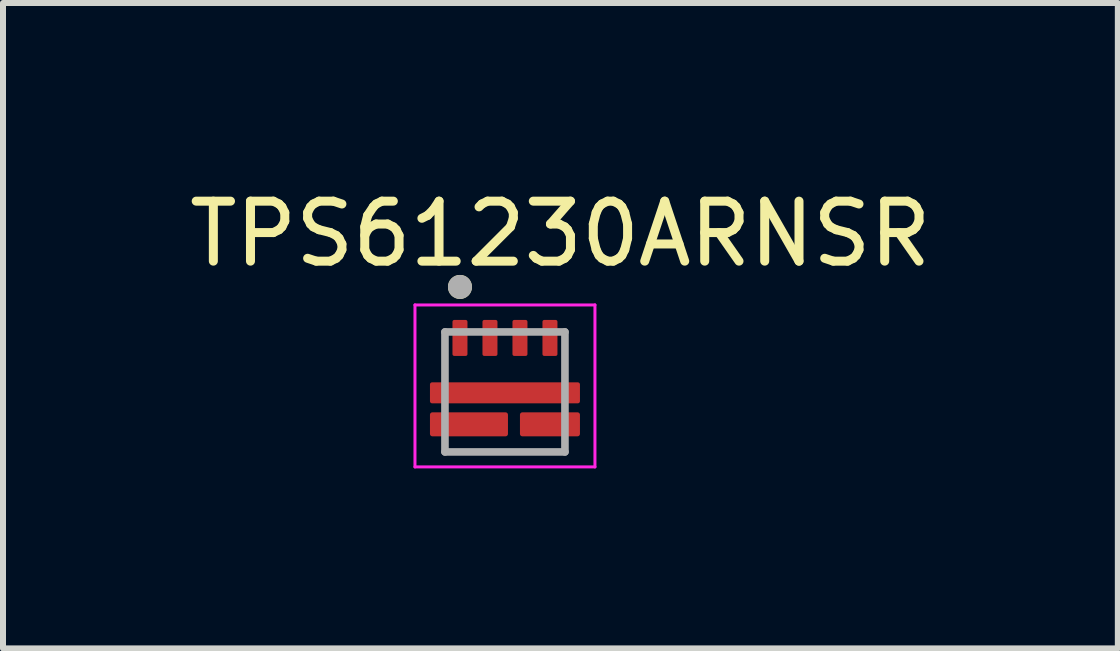
<source format=kicad_pcb>
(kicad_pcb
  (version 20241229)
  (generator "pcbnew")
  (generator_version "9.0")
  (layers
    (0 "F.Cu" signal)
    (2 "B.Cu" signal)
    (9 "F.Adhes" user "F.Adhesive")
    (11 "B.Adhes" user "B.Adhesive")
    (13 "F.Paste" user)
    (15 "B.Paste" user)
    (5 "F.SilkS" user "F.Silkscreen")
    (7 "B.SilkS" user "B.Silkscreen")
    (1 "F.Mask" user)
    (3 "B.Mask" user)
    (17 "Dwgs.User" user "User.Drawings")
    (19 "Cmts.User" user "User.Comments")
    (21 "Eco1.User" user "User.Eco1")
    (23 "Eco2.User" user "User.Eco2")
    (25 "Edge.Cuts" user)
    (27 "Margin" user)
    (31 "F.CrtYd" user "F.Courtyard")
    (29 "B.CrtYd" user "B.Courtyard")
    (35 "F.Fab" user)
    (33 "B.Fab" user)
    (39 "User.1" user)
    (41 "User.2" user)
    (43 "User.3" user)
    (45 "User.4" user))
  (footprint "TPS61230ARNSR"
    (layer "F.Cu")
    (at 5.367 3.483)
    (property "Reference" "TPS61230ARNSR" (at 0.925 -2.635 0) (layer "F.SilkS") (effects (font (size 1 1) (thickness 0.15))))
    (attr smd)
    (fp_poly (pts (xy -0.675 -0.55) (xy -0.825 -0.55) (xy -0.83 -0.55) (xy -0.835 -0.551) (xy -0.841 -0.551) (xy -0.846 -0.552) (xy -0.851 -0.553) (xy -0.856 -0.555) (xy -0.861 -0.557) (xy -0.866 -0.559) (xy -0.87 -0.561) (xy -0.875 -0.563) (xy -0.879 -0.566) (xy -0.884 -0.569) (xy -0.888 -0.572) (xy -0.892 -0.576) (xy -0.896 -0.579) (xy -0.899 -0.583) (xy -0.903 -0.587) (xy -0.906 -0.591) (xy -0.909 -0.596) (xy -0.912 -0.6) (xy -0.914 -0.605) (xy -0.916 -0.609) (xy -0.918 -0.614) (xy -0.92 -0.619) (xy -0.922 -0.624) (xy -0.923 -0.629) (xy -0.924 -0.634) (xy -0.924 -0.64) (xy -0.925 -0.645) (xy -0.925 -0.65) (xy -0.925 -1.15) (xy -0.925 -1.155) (xy -0.924 -1.16) (xy -0.924 -1.166) (xy -0.923 -1.171) (xy -0.922 -1.176) (xy -0.92 -1.181) (xy -0.918 -1.186) (xy -0.916 -1.191) (xy -0.914 -1.195) (xy -0.912 -1.2) (xy -0.909 -1.204) (xy -0.906 -1.209) (xy -0.903 -1.213) (xy -0.899 -1.217) (xy -0.896 -1.221) (xy -0.892 -1.224) (xy -0.888 -1.228) (xy -0.884 -1.231) (xy -0.879 -1.234) (xy -0.875 -1.237) (xy -0.87 -1.239) (xy -0.866 -1.241) (xy -0.861 -1.243) (xy -0.856 -1.245) (xy -0.851 -1.247) (xy -0.846 -1.248) (xy -0.841 -1.249) (xy -0.835 -1.249) (xy -0.83 -1.25) (xy -0.825 -1.25) (xy -0.675 -1.25) (xy -0.67 -1.25) (xy -0.665 -1.249) (xy -0.659 -1.249) (xy -0.654 -1.248) (xy -0.649 -1.247) (xy -0.644 -1.245) (xy -0.639 -1.243) (xy -0.634 -1.241) (xy -0.63 -1.239) (xy -0.625 -1.237) (xy -0.621 -1.234) (xy -0.616 -1.231) (xy -0.612 -1.228) (xy -0.608 -1.224) (xy -0.604 -1.221) (xy -0.601 -1.217) (xy -0.597 -1.213) (xy -0.594 -1.209) (xy -0.591 -1.204) (xy -0.588 -1.2) (xy -0.586 -1.195) (xy -0.584 -1.191) (xy -0.582 -1.186) (xy -0.58 -1.181) (xy -0.578 -1.176) (xy -0.577 -1.171) (xy -0.576 -1.166) (xy -0.576 -1.16) (xy -0.575 -1.155) (xy -0.575 -1.15) (xy -0.575 -0.65) (xy -0.575 -0.645) (xy -0.576 -0.64) (xy -0.576 -0.634) (xy -0.577 -0.629) (xy -0.578 -0.624) (xy -0.58 -0.619) (xy -0.582 -0.614) (xy -0.584 -0.609) (xy -0.586 -0.605) (xy -0.588 -0.6) (xy -0.591 -0.596) (xy -0.594 -0.591) (xy -0.597 -0.587) (xy -0.601 -0.583) (xy -0.604 -0.579) (xy -0.608 -0.576) (xy -0.612 -0.572) (xy -0.616 -0.569) (xy -0.621 -0.566) (xy -0.625 -0.563) (xy -0.63 -0.561) (xy -0.634 -0.559) (xy -0.639 -0.557) (xy -0.644 -0.555) (xy -0.649 -0.553) (xy -0.654 -0.552) (xy -0.659 -0.551) (xy -0.665 -0.551) (xy -0.67 -0.55) (xy -0.675 -0.55)) (stroke (width 0.01) (type solid)) (fill yes) (layer "F.Mask"))
    (fp_poly (pts (xy -0.175 -0.55) (xy -0.325 -0.55) (xy -0.33 -0.55) (xy -0.335 -0.551) (xy -0.341 -0.551) (xy -0.346 -0.552) (xy -0.351 -0.553) (xy -0.356 -0.555) (xy -0.361 -0.557) (xy -0.366 -0.559) (xy -0.37 -0.561) (xy -0.375 -0.563) (xy -0.379 -0.566) (xy -0.384 -0.569) (xy -0.388 -0.572) (xy -0.392 -0.576) (xy -0.396 -0.579) (xy -0.399 -0.583) (xy -0.403 -0.587) (xy -0.406 -0.591) (xy -0.409 -0.596) (xy -0.412 -0.6) (xy -0.414 -0.605) (xy -0.416 -0.609) (xy -0.418 -0.614) (xy -0.42 -0.619) (xy -0.422 -0.624) (xy -0.423 -0.629) (xy -0.424 -0.634) (xy -0.424 -0.64) (xy -0.425 -0.645) (xy -0.425 -0.65) (xy -0.425 -1.15) (xy -0.425 -1.155) (xy -0.424 -1.16) (xy -0.424 -1.166) (xy -0.423 -1.171) (xy -0.422 -1.176) (xy -0.42 -1.181) (xy -0.418 -1.186) (xy -0.416 -1.191) (xy -0.414 -1.195) (xy -0.412 -1.2) (xy -0.409 -1.204) (xy -0.406 -1.209) (xy -0.403 -1.213) (xy -0.399 -1.217) (xy -0.396 -1.221) (xy -0.392 -1.224) (xy -0.388 -1.228) (xy -0.384 -1.231) (xy -0.379 -1.234) (xy -0.375 -1.237) (xy -0.37 -1.239) (xy -0.366 -1.241) (xy -0.361 -1.243) (xy -0.356 -1.245) (xy -0.351 -1.247) (xy -0.346 -1.248) (xy -0.341 -1.249) (xy -0.335 -1.249) (xy -0.33 -1.25) (xy -0.325 -1.25) (xy -0.175 -1.25) (xy -0.17 -1.25) (xy -0.165 -1.249) (xy -0.159 -1.249) (xy -0.154 -1.248) (xy -0.149 -1.247) (xy -0.144 -1.245) (xy -0.139 -1.243) (xy -0.134 -1.241) (xy -0.13 -1.239) (xy -0.125 -1.237) (xy -0.121 -1.234) (xy -0.116 -1.231) (xy -0.112 -1.228) (xy -0.108 -1.224) (xy -0.104 -1.221) (xy -0.101 -1.217) (xy -0.097 -1.213) (xy -0.094 -1.209) (xy -0.091 -1.204) (xy -0.088 -1.2) (xy -0.086 -1.195) (xy -0.084 -1.191) (xy -0.082 -1.186) (xy -0.08 -1.181) (xy -0.078 -1.176) (xy -0.077 -1.171) (xy -0.076 -1.166) (xy -0.076 -1.16) (xy -0.075 -1.155) (xy -0.075 -1.15) (xy -0.075 -0.65) (xy -0.075 -0.645) (xy -0.076 -0.64) (xy -0.076 -0.634) (xy -0.077 -0.629) (xy -0.078 -0.624) (xy -0.08 -0.619) (xy -0.082 -0.614) (xy -0.084 -0.609) (xy -0.086 -0.605) (xy -0.088 -0.6) (xy -0.091 -0.596) (xy -0.094 -0.591) (xy -0.097 -0.587) (xy -0.101 -0.583) (xy -0.104 -0.579) (xy -0.108 -0.576) (xy -0.112 -0.572) (xy -0.116 -0.569) (xy -0.121 -0.566) (xy -0.125 -0.563) (xy -0.13 -0.561) (xy -0.134 -0.559) (xy -0.139 -0.557) (xy -0.144 -0.555) (xy -0.149 -0.553) (xy -0.154 -0.552) (xy -0.159 -0.551) (xy -0.165 -0.551) (xy -0.17 -0.55) (xy -0.175 -0.55)) (stroke (width 0.01) (type solid)) (fill yes) (layer "F.Mask"))
    (fp_poly (pts (xy -0.05 0.69) (xy -1.15 0.69) (xy -1.153 0.69) (xy -1.155 0.69) (xy -1.158 0.689) (xy -1.16 0.689) (xy -1.163 0.688) (xy -1.165 0.688) (xy -1.168 0.687) (xy -1.17 0.686) (xy -1.173 0.685) (xy -1.175 0.683) (xy -1.177 0.682) (xy -1.179 0.68) (xy -1.181 0.679) (xy -1.183 0.677) (xy -1.185 0.675) (xy -1.187 0.673) (xy -1.189 0.671) (xy -1.19 0.669) (xy -1.192 0.667) (xy -1.193 0.665) (xy -1.195 0.663) (xy -1.196 0.66) (xy -1.197 0.658) (xy -1.198 0.655) (xy -1.198 0.653) (xy -1.199 0.65) (xy -1.199 0.648) (xy -1.2 0.645) (xy -1.2 0.643) (xy -1.2 0.64) (xy -1.2 0.44) (xy -1.2 0.437) (xy -1.2 0.435) (xy -1.199 0.432) (xy -1.199 0.43) (xy -1.198 0.427) (xy -1.198 0.425) (xy -1.197 0.422) (xy -1.196 0.42) (xy -1.195 0.417) (xy -1.193 0.415) (xy -1.192 0.413) (xy -1.19 0.411) (xy -1.189 0.409) (xy -1.187 0.407) (xy -1.185 0.405) (xy -1.183 0.403) (xy -1.181 0.401) (xy -1.179 0.4) (xy -1.177 0.398) (xy -1.175 0.397) (xy -1.173 0.395) (xy -1.17 0.394) (xy -1.168 0.393) (xy -1.165 0.392) (xy -1.163 0.392) (xy -1.16 0.391) (xy -1.158 0.391) (xy -1.155 0.39) (xy -1.153 0.39) (xy -1.15 0.39) (xy -0.05 0.39) (xy -0.047 0.39) (xy -0.045 0.39) (xy -0.042 0.391) (xy -0.04 0.391) (xy -0.037 0.392) (xy -0.035 0.392) (xy -0.032 0.393) (xy -0.03 0.394) (xy -0.027 0.395) (xy -0.025 0.397) (xy -0.023 0.398) (xy -0.021 0.4) (xy -0.019 0.401) (xy -0.017 0.403) (xy -0.015 0.405) (xy -0.013 0.407) (xy -0.011 0.409) (xy -0.01 0.411) (xy -0.008 0.413) (xy -0.007 0.415) (xy -0.005 0.417) (xy -0.004 0.42) (xy -0.003 0.422) (xy -0.002 0.425) (xy -0.002 0.427) (xy -0.001 0.43) (xy -0.001 0.432) (xy 0 0.435) (xy 0 0.437) (xy 0 0.44) (xy 0 0.64) (xy 0 0.643) (xy 0 0.645) (xy -0.001 0.648) (xy -0.001 0.65) (xy -0.002 0.653) (xy -0.002 0.655) (xy -0.003 0.658) (xy -0.004 0.66) (xy -0.005 0.663) (xy -0.007 0.665) (xy -0.008 0.667) (xy -0.01 0.669) (xy -0.011 0.671) (xy -0.013 0.673) (xy -0.015 0.675) (xy -0.017 0.677) (xy -0.019 0.679) (xy -0.021 0.68) (xy -0.023 0.682) (xy -0.025 0.683) (xy -0.027 0.685) (xy -0.03 0.686) (xy -0.032 0.687) (xy -0.035 0.688) (xy -0.037 0.688) (xy -0.04 0.689) (xy -0.042 0.689) (xy -0.045 0.69) (xy -0.047 0.69) (xy -0.05 0.69)) (stroke (width 0.01) (type solid)) (fill yes) (layer "F.Mask"))
    (fp_poly (pts (xy 0.325 -0.55) (xy 0.175 -0.55) (xy 0.17 -0.55) (xy 0.165 -0.551) (xy 0.159 -0.551) (xy 0.154 -0.552) (xy 0.149 -0.553) (xy 0.144 -0.555) (xy 0.139 -0.557) (xy 0.134 -0.559) (xy 0.13 -0.561) (xy 0.125 -0.563) (xy 0.121 -0.566) (xy 0.116 -0.569) (xy 0.112 -0.572) (xy 0.108 -0.576) (xy 0.104 -0.579) (xy 0.101 -0.583) (xy 0.097 -0.587) (xy 0.094 -0.591) (xy 0.091 -0.596) (xy 0.088 -0.6) (xy 0.086 -0.605) (xy 0.084 -0.609) (xy 0.082 -0.614) (xy 0.08 -0.619) (xy 0.078 -0.624) (xy 0.077 -0.629) (xy 0.076 -0.634) (xy 0.076 -0.64) (xy 0.075 -0.645) (xy 0.075 -0.65) (xy 0.075 -1.15) (xy 0.075 -1.155) (xy 0.076 -1.16) (xy 0.076 -1.166) (xy 0.077 -1.171) (xy 0.078 -1.176) (xy 0.08 -1.181) (xy 0.082 -1.186) (xy 0.084 -1.191) (xy 0.086 -1.195) (xy 0.088 -1.2) (xy 0.091 -1.204) (xy 0.094 -1.209) (xy 0.097 -1.213) (xy 0.101 -1.217) (xy 0.104 -1.221) (xy 0.108 -1.224) (xy 0.112 -1.228) (xy 0.116 -1.231) (xy 0.121 -1.234) (xy 0.125 -1.237) (xy 0.13 -1.239) (xy 0.134 -1.241) (xy 0.139 -1.243) (xy 0.144 -1.245) (xy 0.149 -1.247) (xy 0.154 -1.248) (xy 0.159 -1.249) (xy 0.165 -1.249) (xy 0.17 -1.25) (xy 0.175 -1.25) (xy 0.325 -1.25) (xy 0.33 -1.25) (xy 0.335 -1.249) (xy 0.341 -1.249) (xy 0.346 -1.248) (xy 0.351 -1.247) (xy 0.356 -1.245) (xy 0.361 -1.243) (xy 0.366 -1.241) (xy 0.37 -1.239) (xy 0.375 -1.237) (xy 0.379 -1.234) (xy 0.384 -1.231) (xy 0.388 -1.228) (xy 0.392 -1.224) (xy 0.396 -1.221) (xy 0.399 -1.217) (xy 0.403 -1.213) (xy 0.406 -1.209) (xy 0.409 -1.204) (xy 0.412 -1.2) (xy 0.414 -1.195) (xy 0.416 -1.191) (xy 0.418 -1.186) (xy 0.42 -1.181) (xy 0.422 -1.176) (xy 0.423 -1.171) (xy 0.424 -1.166) (xy 0.424 -1.16) (xy 0.425 -1.155) (xy 0.425 -1.15) (xy 0.425 -0.65) (xy 0.425 -0.645) (xy 0.424 -0.64) (xy 0.424 -0.634) (xy 0.423 -0.629) (xy 0.422 -0.624) (xy 0.42 -0.619) (xy 0.418 -0.614) (xy 0.416 -0.609) (xy 0.414 -0.605) (xy 0.412 -0.6) (xy 0.409 -0.596) (xy 0.406 -0.591) (xy 0.403 -0.587) (xy 0.399 -0.583) (xy 0.396 -0.579) (xy 0.392 -0.576) (xy 0.388 -0.572) (xy 0.384 -0.569) (xy 0.379 -0.566) (xy 0.375 -0.563) (xy 0.37 -0.561) (xy 0.366 -0.559) (xy 0.361 -0.557) (xy 0.356 -0.555) (xy 0.351 -0.553) (xy 0.346 -0.552) (xy 0.341 -0.551) (xy 0.335 -0.551) (xy 0.33 -0.55) (xy 0.325 -0.55)) (stroke (width 0.01) (type solid)) (fill yes) (layer "F.Mask"))
    (fp_poly (pts (xy 0.825 -0.55) (xy 0.675 -0.55) (xy 0.67 -0.55) (xy 0.665 -0.551) (xy 0.659 -0.551) (xy 0.654 -0.552) (xy 0.649 -0.553) (xy 0.644 -0.555) (xy 0.639 -0.557) (xy 0.634 -0.559) (xy 0.63 -0.561) (xy 0.625 -0.563) (xy 0.621 -0.566) (xy 0.616 -0.569) (xy 0.612 -0.572) (xy 0.608 -0.576) (xy 0.604 -0.579) (xy 0.601 -0.583) (xy 0.597 -0.587) (xy 0.594 -0.591) (xy 0.591 -0.596) (xy 0.588 -0.6) (xy 0.586 -0.605) (xy 0.584 -0.609) (xy 0.582 -0.614) (xy 0.58 -0.619) (xy 0.578 -0.624) (xy 0.577 -0.629) (xy 0.576 -0.634) (xy 0.576 -0.64) (xy 0.575 -0.645) (xy 0.575 -0.65) (xy 0.575 -1.15) (xy 0.575 -1.155) (xy 0.576 -1.16) (xy 0.576 -1.166) (xy 0.577 -1.171) (xy 0.578 -1.176) (xy 0.58 -1.181) (xy 0.582 -1.186) (xy 0.584 -1.191) (xy 0.586 -1.195) (xy 0.588 -1.2) (xy 0.591 -1.204) (xy 0.594 -1.209) (xy 0.597 -1.213) (xy 0.601 -1.217) (xy 0.604 -1.221) (xy 0.608 -1.224) (xy 0.612 -1.228) (xy 0.616 -1.231) (xy 0.621 -1.234) (xy 0.625 -1.237) (xy 0.63 -1.239) (xy 0.634 -1.241) (xy 0.639 -1.243) (xy 0.644 -1.245) (xy 0.649 -1.247) (xy 0.654 -1.248) (xy 0.659 -1.249) (xy 0.665 -1.249) (xy 0.67 -1.25) (xy 0.675 -1.25) (xy 0.825 -1.25) (xy 0.83 -1.25) (xy 0.835 -1.249) (xy 0.841 -1.249) (xy 0.846 -1.248) (xy 0.851 -1.247) (xy 0.856 -1.245) (xy 0.861 -1.243) (xy 0.866 -1.241) (xy 0.87 -1.239) (xy 0.875 -1.237) (xy 0.879 -1.234) (xy 0.884 -1.231) (xy 0.888 -1.228) (xy 0.892 -1.224) (xy 0.896 -1.221) (xy 0.899 -1.217) (xy 0.903 -1.213) (xy 0.906 -1.209) (xy 0.909 -1.204) (xy 0.912 -1.2) (xy 0.914 -1.195) (xy 0.916 -1.191) (xy 0.918 -1.186) (xy 0.92 -1.181) (xy 0.922 -1.176) (xy 0.923 -1.171) (xy 0.924 -1.166) (xy 0.924 -1.16) (xy 0.925 -1.155) (xy 0.925 -1.15) (xy 0.925 -0.65) (xy 0.925 -0.645) (xy 0.924 -0.64) (xy 0.924 -0.634) (xy 0.923 -0.629) (xy 0.922 -0.624) (xy 0.92 -0.619) (xy 0.918 -0.614) (xy 0.916 -0.609) (xy 0.914 -0.605) (xy 0.912 -0.6) (xy 0.909 -0.596) (xy 0.906 -0.591) (xy 0.903 -0.587) (xy 0.899 -0.583) (xy 0.896 -0.579) (xy 0.892 -0.576) (xy 0.888 -0.572) (xy 0.884 -0.569) (xy 0.879 -0.566) (xy 0.875 -0.563) (xy 0.87 -0.561) (xy 0.866 -0.559) (xy 0.861 -0.557) (xy 0.856 -0.555) (xy 0.851 -0.553) (xy 0.846 -0.552) (xy 0.841 -0.551) (xy 0.835 -0.551) (xy 0.83 -0.55) (xy 0.825 -0.55)) (stroke (width 0.01) (type solid)) (fill yes) (layer "F.Mask"))
    (fp_poly (pts (xy 1.2 -0.06) (xy 1.2 0.09) (xy 1.2 0.093) (xy 1.2 0.095) (xy 1.199 0.098) (xy 1.199 0.1) (xy 1.198 0.103) (xy 1.198 0.105) (xy 1.197 0.108) (xy 1.196 0.11) (xy 1.195 0.113) (xy 1.193 0.115) (xy 1.192 0.117) (xy 1.19 0.119) (xy 1.189 0.121) (xy 1.187 0.123) (xy 1.185 0.125) (xy 1.183 0.127) (xy 1.181 0.129) (xy 1.179 0.13) (xy 1.177 0.132) (xy 1.175 0.133) (xy 1.173 0.135) (xy 1.17 0.136) (xy 1.168 0.137) (xy 1.165 0.138) (xy 1.163 0.138) (xy 1.16 0.139) (xy 1.158 0.139) (xy 1.155 0.14) (xy 1.153 0.14) (xy 1.15 0.14) (xy -1.15 0.14) (xy -1.153 0.14) (xy -1.155 0.14) (xy -1.158 0.139) (xy -1.16 0.139) (xy -1.163 0.138) (xy -1.165 0.138) (xy -1.168 0.137) (xy -1.17 0.136) (xy -1.173 0.135) (xy -1.175 0.133) (xy -1.177 0.132) (xy -1.179 0.13) (xy -1.181 0.129) (xy -1.183 0.127) (xy -1.185 0.125) (xy -1.187 0.123) (xy -1.189 0.121) (xy -1.19 0.119) (xy -1.192 0.117) (xy -1.193 0.115) (xy -1.195 0.113) (xy -1.196 0.11) (xy -1.197 0.108) (xy -1.198 0.105) (xy -1.198 0.103) (xy -1.199 0.1) (xy -1.199 0.098) (xy -1.2 0.095) (xy -1.2 0.093) (xy -1.2 0.09) (xy -1.2 -0.06) (xy -1.2 -0.063) (xy -1.2 -0.065) (xy -1.199 -0.068) (xy -1.199 -0.07) (xy -1.198 -0.073) (xy -1.198 -0.075) (xy -1.197 -0.078) (xy -1.196 -0.08) (xy -1.195 -0.083) (xy -1.193 -0.085) (xy -1.192 -0.087) (xy -1.19 -0.089) (xy -1.189 -0.091) (xy -1.187 -0.093) (xy -1.185 -0.095) (xy -1.183 -0.097) (xy -1.181 -0.099) (xy -1.179 -0.1) (xy -1.177 -0.102) (xy -1.175 -0.103) (xy -1.173 -0.105) (xy -1.17 -0.106) (xy -1.168 -0.107) (xy -1.165 -0.108) (xy -1.163 -0.108) (xy -1.16 -0.109) (xy -1.158 -0.109) (xy -1.155 -0.11) (xy -1.153 -0.11) (xy -1.15 -0.11) (xy 1.15 -0.11) (xy 1.153 -0.11) (xy 1.155 -0.11) (xy 1.158 -0.109) (xy 1.16 -0.109) (xy 1.163 -0.108) (xy 1.165 -0.108) (xy 1.168 -0.107) (xy 1.17 -0.106) (xy 1.173 -0.105) (xy 1.175 -0.103) (xy 1.177 -0.102) (xy 1.179 -0.1) (xy 1.181 -0.099) (xy 1.183 -0.097) (xy 1.185 -0.095) (xy 1.187 -0.093) (xy 1.189 -0.091) (xy 1.19 -0.089) (xy 1.192 -0.087) (xy 1.193 -0.085) (xy 1.195 -0.083) (xy 1.196 -0.08) (xy 1.197 -0.078) (xy 1.198 -0.075) (xy 1.198 -0.073) (xy 1.199 -0.07) (xy 1.199 -0.068) (xy 1.2 -0.065) (xy 1.2 -0.063) (xy 1.2 -0.06)) (stroke (width 0.01) (type solid)) (fill yes) (layer "F.Mask"))
    (fp_poly (pts (xy 1.2 0.44) (xy 1.2 0.64) (xy 1.2 0.643) (xy 1.2 0.645) (xy 1.199 0.648) (xy 1.199 0.65) (xy 1.198 0.653) (xy 1.198 0.655) (xy 1.197 0.658) (xy 1.196 0.66) (xy 1.195 0.663) (xy 1.193 0.665) (xy 1.192 0.667) (xy 1.19 0.669) (xy 1.189 0.671) (xy 1.187 0.673) (xy 1.185 0.675) (xy 1.183 0.677) (xy 1.181 0.679) (xy 1.179 0.68) (xy 1.177 0.682) (xy 1.175 0.683) (xy 1.173 0.685) (xy 1.17 0.686) (xy 1.168 0.687) (xy 1.165 0.688) (xy 1.163 0.688) (xy 1.16 0.689) (xy 1.158 0.689) (xy 1.155 0.69) (xy 1.153 0.69) (xy 1.15 0.69) (xy 0.35 0.69) (xy 0.347 0.69) (xy 0.345 0.69) (xy 0.342 0.689) (xy 0.34 0.689) (xy 0.337 0.688) (xy 0.335 0.688) (xy 0.332 0.687) (xy 0.33 0.686) (xy 0.327 0.685) (xy 0.325 0.683) (xy 0.323 0.682) (xy 0.321 0.68) (xy 0.319 0.679) (xy 0.317 0.677) (xy 0.315 0.675) (xy 0.313 0.673) (xy 0.311 0.671) (xy 0.31 0.669) (xy 0.308 0.667) (xy 0.307 0.665) (xy 0.305 0.663) (xy 0.304 0.66) (xy 0.303 0.658) (xy 0.302 0.655) (xy 0.302 0.653) (xy 0.301 0.65) (xy 0.301 0.648) (xy 0.3 0.645) (xy 0.3 0.643) (xy 0.3 0.64) (xy 0.3 0.44) (xy 0.3 0.437) (xy 0.3 0.435) (xy 0.301 0.432) (xy 0.301 0.43) (xy 0.302 0.427) (xy 0.302 0.425) (xy 0.303 0.422) (xy 0.304 0.42) (xy 0.305 0.417) (xy 0.307 0.415) (xy 0.308 0.413) (xy 0.31 0.411) (xy 0.311 0.409) (xy 0.313 0.407) (xy 0.315 0.405) (xy 0.317 0.403) (xy 0.319 0.401) (xy 0.321 0.4) (xy 0.323 0.398) (xy 0.325 0.397) (xy 0.327 0.395) (xy 0.33 0.394) (xy 0.332 0.393) (xy 0.335 0.392) (xy 0.337 0.392) (xy 0.34 0.391) (xy 0.342 0.391) (xy 0.345 0.39) (xy 0.347 0.39) (xy 0.35 0.39) (xy 1.15 0.39) (xy 1.153 0.39) (xy 1.155 0.39) (xy 1.158 0.391) (xy 1.16 0.391) (xy 1.163 0.392) (xy 1.165 0.392) (xy 1.168 0.393) (xy 1.17 0.394) (xy 1.173 0.395) (xy 1.175 0.397) (xy 1.177 0.398) (xy 1.179 0.4) (xy 1.181 0.401) (xy 1.183 0.403) (xy 1.185 0.405) (xy 1.187 0.407) (xy 1.189 0.409) (xy 1.19 0.411) (xy 1.192 0.413) (xy 1.193 0.415) (xy 1.195 0.417) (xy 1.196 0.42) (xy 1.197 0.422) (xy 1.198 0.425) (xy 1.198 0.427) (xy 1.199 0.43) (xy 1.199 0.432) (xy 1.2 0.435) (xy 1.2 0.437) (xy 1.2 0.44)) (stroke (width 0.01) (type solid)) (fill yes) (layer "F.Mask"))
    (fp_circle (center -0.75 -1.75) (end -0.65 -1.75) (stroke (width 0.2) (type solid)) (fill no) (layer "F.SilkS"))
    (fp_poly (pts (xy -0.53 -0.06) (xy -0.53 0.09) (xy -0.53 0.093) (xy -0.53 0.095) (xy -0.531 0.098) (xy -0.531 0.1) (xy -0.532 0.103) (xy -0.532 0.105) (xy -0.533 0.108) (xy -0.534 0.11) (xy -0.535 0.113) (xy -0.537 0.115) (xy -0.538 0.117) (xy -0.54 0.119) (xy -0.541 0.121) (xy -0.543 0.123) (xy -0.545 0.125) (xy -0.547 0.127) (xy -0.549 0.129) (xy -0.551 0.13) (xy -0.553 0.132) (xy -0.555 0.133) (xy -0.557 0.135) (xy -0.56 0.136) (xy -0.562 0.137) (xy -0.565 0.138) (xy -0.567 0.138) (xy -0.57 0.139) (xy -0.572 0.139) (xy -0.575 0.14) (xy -0.577 0.14) (xy -0.58 0.14) (xy -1.14 0.14) (xy -1.143 0.14) (xy -1.145 0.14) (xy -1.148 0.139) (xy -1.15 0.139) (xy -1.153 0.138) (xy -1.155 0.138) (xy -1.158 0.137) (xy -1.16 0.136) (xy -1.163 0.135) (xy -1.165 0.133) (xy -1.167 0.132) (xy -1.169 0.13) (xy -1.171 0.129) (xy -1.173 0.127) (xy -1.175 0.125) (xy -1.177 0.123) (xy -1.179 0.121) (xy -1.18 0.119) (xy -1.182 0.117) (xy -1.183 0.115) (xy -1.185 0.113) (xy -1.186 0.11) (xy -1.187 0.108) (xy -1.188 0.105) (xy -1.188 0.103) (xy -1.189 0.1) (xy -1.189 0.098) (xy -1.19 0.095) (xy -1.19 0.093) (xy -1.19 0.09) (xy -1.19 -0.06) (xy -1.19 -0.063) (xy -1.19 -0.065) (xy -1.189 -0.068) (xy -1.189 -0.07) (xy -1.188 -0.073) (xy -1.188 -0.075) (xy -1.187 -0.078) (xy -1.186 -0.08) (xy -1.185 -0.083) (xy -1.183 -0.085) (xy -1.182 -0.087) (xy -1.18 -0.089) (xy -1.179 -0.091) (xy -1.177 -0.093) (xy -1.175 -0.095) (xy -1.173 -0.097) (xy -1.171 -0.099) (xy -1.169 -0.1) (xy -1.167 -0.102) (xy -1.165 -0.103) (xy -1.163 -0.105) (xy -1.16 -0.106) (xy -1.158 -0.107) (xy -1.155 -0.108) (xy -1.153 -0.108) (xy -1.15 -0.109) (xy -1.148 -0.109) (xy -1.145 -0.11) (xy -1.143 -0.11) (xy -1.14 -0.11) (xy -0.58 -0.11) (xy -0.577 -0.11) (xy -0.575 -0.11) (xy -0.572 -0.109) (xy -0.57 -0.109) (xy -0.567 -0.108) (xy -0.565 -0.108) (xy -0.562 -0.107) (xy -0.56 -0.106) (xy -0.557 -0.105) (xy -0.555 -0.103) (xy -0.553 -0.102) (xy -0.551 -0.1) (xy -0.549 -0.099) (xy -0.547 -0.097) (xy -0.545 -0.095) (xy -0.543 -0.093) (xy -0.541 -0.091) (xy -0.54 -0.089) (xy -0.538 -0.087) (xy -0.537 -0.085) (xy -0.535 -0.083) (xy -0.534 -0.08) (xy -0.533 -0.078) (xy -0.532 -0.075) (xy -0.532 -0.073) (xy -0.531 -0.07) (xy -0.531 -0.068) (xy -0.53 -0.065) (xy -0.53 -0.063) (xy -0.53 -0.06)) (stroke (width 0.01) (type solid)) (fill yes) (layer "F.Paste"))
    (fp_poly (pts (xy -0.05 0.69) (xy -0.475 0.69) (xy -0.478 0.69) (xy -0.48 0.69) (xy -0.483 0.689) (xy -0.485 0.689) (xy -0.488 0.688) (xy -0.49 0.688) (xy -0.493 0.687) (xy -0.495 0.686) (xy -0.498 0.685) (xy -0.5 0.683) (xy -0.502 0.682) (xy -0.504 0.68) (xy -0.506 0.679) (xy -0.508 0.677) (xy -0.51 0.675) (xy -0.512 0.673) (xy -0.514 0.671) (xy -0.515 0.669) (xy -0.517 0.667) (xy -0.518 0.665) (xy -0.52 0.663) (xy -0.521 0.66) (xy -0.522 0.658) (xy -0.523 0.655) (xy -0.523 0.653) (xy -0.524 0.65) (xy -0.524 0.648) (xy -0.525 0.645) (xy -0.525 0.643) (xy -0.525 0.64) (xy -0.525 0.44) (xy -0.525 0.437) (xy -0.525 0.435) (xy -0.524 0.432) (xy -0.524 0.43) (xy -0.523 0.427) (xy -0.523 0.425) (xy -0.522 0.422) (xy -0.521 0.42) (xy -0.52 0.417) (xy -0.518 0.415) (xy -0.517 0.413) (xy -0.515 0.411) (xy -0.514 0.409) (xy -0.512 0.407) (xy -0.51 0.405) (xy -0.508 0.403) (xy -0.506 0.401) (xy -0.504 0.4) (xy -0.502 0.398) (xy -0.5 0.397) (xy -0.498 0.395) (xy -0.495 0.394) (xy -0.493 0.393) (xy -0.49 0.392) (xy -0.488 0.392) (xy -0.485 0.391) (xy -0.483 0.391) (xy -0.48 0.39) (xy -0.478 0.39) (xy -0.475 0.39) (xy -0.05 0.39) (xy -0.047 0.39) (xy -0.045 0.39) (xy -0.042 0.391) (xy -0.04 0.391) (xy -0.037 0.392) (xy -0.035 0.392) (xy -0.032 0.393) (xy -0.03 0.394) (xy -0.027 0.395) (xy -0.025 0.397) (xy -0.023 0.398) (xy -0.021 0.4) (xy -0.019 0.401) (xy -0.017 0.403) (xy -0.015 0.405) (xy -0.013 0.407) (xy -0.011 0.409) (xy -0.01 0.411) (xy -0.008 0.413) (xy -0.007 0.415) (xy -0.005 0.417) (xy -0.004 0.42) (xy -0.003 0.422) (xy -0.002 0.425) (xy -0.002 0.427) (xy -0.001 0.43) (xy -0.001 0.432) (xy 0 0.435) (xy 0 0.437) (xy 0 0.44) (xy 0 0.64) (xy 0 0.643) (xy 0 0.645) (xy -0.001 0.648) (xy -0.001 0.65) (xy -0.002 0.653) (xy -0.002 0.655) (xy -0.003 0.658) (xy -0.004 0.66) (xy -0.005 0.663) (xy -0.007 0.665) (xy -0.008 0.667) (xy -0.01 0.669) (xy -0.011 0.671) (xy -0.013 0.673) (xy -0.015 0.675) (xy -0.017 0.677) (xy -0.019 0.679) (xy -0.021 0.68) (xy -0.023 0.682) (xy -0.025 0.683) (xy -0.027 0.685) (xy -0.03 0.686) (xy -0.032 0.687) (xy -0.035 0.688) (xy -0.037 0.688) (xy -0.04 0.689) (xy -0.042 0.689) (xy -0.045 0.69) (xy -0.047 0.69) (xy -0.05 0.69)) (stroke (width 0.01) (type solid)) (fill yes) (layer "F.Paste"))
    (fp_poly (pts (xy 0.33 -0.06) (xy 0.33 0.09) (xy 0.33 0.093) (xy 0.33 0.095) (xy 0.329 0.098) (xy 0.329 0.1) (xy 0.328 0.103) (xy 0.328 0.105) (xy 0.327 0.108) (xy 0.326 0.11) (xy 0.325 0.113) (xy 0.323 0.115) (xy 0.322 0.117) (xy 0.32 0.119) (xy 0.319 0.121) (xy 0.317 0.123) (xy 0.315 0.125) (xy 0.313 0.127) (xy 0.311 0.129) (xy 0.309 0.13) (xy 0.307 0.132) (xy 0.305 0.133) (xy 0.303 0.135) (xy 0.3 0.136) (xy 0.298 0.137) (xy 0.295 0.138) (xy 0.293 0.138) (xy 0.29 0.139) (xy 0.288 0.139) (xy 0.285 0.14) (xy 0.283 0.14) (xy 0.28 0.14) (xy -0.28 0.14) (xy -0.283 0.14) (xy -0.285 0.14) (xy -0.288 0.139) (xy -0.29 0.139) (xy -0.293 0.138) (xy -0.295 0.138) (xy -0.298 0.137) (xy -0.3 0.136) (xy -0.303 0.135) (xy -0.305 0.133) (xy -0.307 0.132) (xy -0.309 0.13) (xy -0.311 0.129) (xy -0.313 0.127) (xy -0.315 0.125) (xy -0.317 0.123) (xy -0.319 0.121) (xy -0.32 0.119) (xy -0.322 0.117) (xy -0.323 0.115) (xy -0.325 0.113) (xy -0.326 0.11) (xy -0.327 0.108) (xy -0.328 0.105) (xy -0.328 0.103) (xy -0.329 0.1) (xy -0.329 0.098) (xy -0.33 0.095) (xy -0.33 0.093) (xy -0.33 0.09) (xy -0.33 -0.06) (xy -0.33 -0.063) (xy -0.33 -0.065) (xy -0.329 -0.068) (xy -0.329 -0.07) (xy -0.328 -0.073) (xy -0.328 -0.075) (xy -0.327 -0.078) (xy -0.326 -0.08) (xy -0.325 -0.083) (xy -0.323 -0.085) (xy -0.322 -0.087) (xy -0.32 -0.089) (xy -0.319 -0.091) (xy -0.317 -0.093) (xy -0.315 -0.095) (xy -0.313 -0.097) (xy -0.311 -0.099) (xy -0.309 -0.1) (xy -0.307 -0.102) (xy -0.305 -0.103) (xy -0.303 -0.105) (xy -0.3 -0.106) (xy -0.298 -0.107) (xy -0.295 -0.108) (xy -0.293 -0.108) (xy -0.29 -0.109) (xy -0.288 -0.109) (xy -0.285 -0.11) (xy -0.283 -0.11) (xy -0.28 -0.11) (xy 0.28 -0.11) (xy 0.283 -0.11) (xy 0.285 -0.11) (xy 0.288 -0.109) (xy 0.29 -0.109) (xy 0.293 -0.108) (xy 0.295 -0.108) (xy 0.298 -0.107) (xy 0.3 -0.106) (xy 0.303 -0.105) (xy 0.305 -0.103) (xy 0.307 -0.102) (xy 0.309 -0.1) (xy 0.311 -0.099) (xy 0.313 -0.097) (xy 0.315 -0.095) (xy 0.317 -0.093) (xy 0.319 -0.091) (xy 0.32 -0.089) (xy 0.322 -0.087) (xy 0.323 -0.085) (xy 0.325 -0.083) (xy 0.326 -0.08) (xy 0.327 -0.078) (xy 0.328 -0.075) (xy 0.328 -0.073) (xy 0.329 -0.07) (xy 0.329 -0.068) (xy 0.33 -0.065) (xy 0.33 -0.063) (xy 0.33 -0.06)) (stroke (width 0.01) (type solid)) (fill yes) (layer "F.Paste"))
    (fp_poly (pts (xy 0.45 0.39) (xy 1.15 0.39) (xy 1.153 0.39) (xy 1.155 0.39) (xy 1.158 0.391) (xy 1.16 0.391) (xy 1.163 0.392) (xy 1.165 0.392) (xy 1.168 0.393) (xy 1.17 0.394) (xy 1.173 0.395) (xy 1.175 0.397) (xy 1.177 0.398) (xy 1.179 0.4) (xy 1.181 0.401) (xy 1.183 0.403) (xy 1.185 0.405) (xy 1.187 0.407) (xy 1.189 0.409) (xy 1.19 0.411) (xy 1.192 0.413) (xy 1.193 0.415) (xy 1.195 0.417) (xy 1.196 0.42) (xy 1.197 0.422) (xy 1.198 0.425) (xy 1.198 0.427) (xy 1.199 0.43) (xy 1.199 0.432) (xy 1.2 0.435) (xy 1.2 0.437) (xy 1.2 0.44) (xy 1.2 0.64) (xy 1.2 0.643) (xy 1.2 0.645) (xy 1.199 0.648) (xy 1.199 0.65) (xy 1.198 0.653) (xy 1.198 0.655) (xy 1.197 0.658) (xy 1.196 0.66) (xy 1.195 0.663) (xy 1.193 0.665) (xy 1.192 0.667) (xy 1.19 0.669) (xy 1.189 0.671) (xy 1.187 0.673) (xy 1.185 0.675) (xy 1.183 0.677) (xy 1.181 0.679) (xy 1.179 0.68) (xy 1.177 0.682) (xy 1.175 0.683) (xy 1.173 0.685) (xy 1.17 0.686) (xy 1.168 0.687) (xy 1.165 0.688) (xy 1.163 0.688) (xy 1.16 0.689) (xy 1.158 0.689) (xy 1.155 0.69) (xy 1.153 0.69) (xy 1.15 0.69) (xy 0.45 0.69) (xy 0.447 0.69) (xy 0.445 0.69) (xy 0.442 0.689) (xy 0.44 0.689) (xy 0.437 0.688) (xy 0.435 0.688) (xy 0.432 0.687) (xy 0.43 0.686) (xy 0.427 0.685) (xy 0.425 0.683) (xy 0.423 0.682) (xy 0.421 0.68) (xy 0.419 0.679) (xy 0.417 0.677) (xy 0.415 0.675) (xy 0.413 0.673) (xy 0.411 0.671) (xy 0.41 0.669) (xy 0.408 0.667) (xy 0.407 0.665) (xy 0.405 0.663) (xy 0.404 0.66) (xy 0.403 0.658) (xy 0.402 0.655) (xy 0.402 0.653) (xy 0.401 0.65) (xy 0.401 0.648) (xy 0.4 0.645) (xy 0.4 0.643) (xy 0.4 0.64) (xy 0.4 0.44) (xy 0.4 0.437) (xy 0.4 0.435) (xy 0.401 0.432) (xy 0.401 0.43) (xy 0.402 0.427) (xy 0.402 0.425) (xy 0.403 0.422) (xy 0.404 0.42) (xy 0.405 0.417) (xy 0.407 0.415) (xy 0.408 0.413) (xy 0.41 0.411) (xy 0.411 0.409) (xy 0.413 0.407) (xy 0.415 0.405) (xy 0.417 0.403) (xy 0.419 0.401) (xy 0.421 0.4) (xy 0.423 0.398) (xy 0.425 0.397) (xy 0.427 0.395) (xy 0.43 0.394) (xy 0.432 0.393) (xy 0.435 0.392) (xy 0.437 0.392) (xy 0.44 0.391) (xy 0.442 0.391) (xy 0.445 0.39) (xy 0.447 0.39) (xy 0.45 0.39)) (stroke (width 0.01) (type solid)) (fill yes) (layer "F.Paste"))
    (fp_poly (pts (xy 1.19 -0.06) (xy 1.19 0.09) (xy 1.19 0.093) (xy 1.19 0.095) (xy 1.189 0.098) (xy 1.189 0.1) (xy 1.188 0.103) (xy 1.188 0.105) (xy 1.187 0.108) (xy 1.186 0.11) (xy 1.185 0.113) (xy 1.183 0.115) (xy 1.182 0.117) (xy 1.18 0.119) (xy 1.179 0.121) (xy 1.177 0.123) (xy 1.175 0.125) (xy 1.173 0.127) (xy 1.171 0.129) (xy 1.169 0.13) (xy 1.167 0.132) (xy 1.165 0.133) (xy 1.163 0.135) (xy 1.16 0.136) (xy 1.158 0.137) (xy 1.155 0.138) (xy 1.153 0.138) (xy 1.15 0.139) (xy 1.148 0.139) (xy 1.145 0.14) (xy 1.143 0.14) (xy 1.14 0.14) (xy 0.58 0.14) (xy 0.577 0.14) (xy 0.575 0.14) (xy 0.572 0.139) (xy 0.57 0.139) (xy 0.567 0.138) (xy 0.565 0.138) (xy 0.562 0.137) (xy 0.56 0.136) (xy 0.557 0.135) (xy 0.555 0.133) (xy 0.553 0.132) (xy 0.551 0.13) (xy 0.549 0.129) (xy 0.547 0.127) (xy 0.545 0.125) (xy 0.543 0.123) (xy 0.541 0.121) (xy 0.54 0.119) (xy 0.538 0.117) (xy 0.537 0.115) (xy 0.535 0.113) (xy 0.534 0.11) (xy 0.533 0.108) (xy 0.532 0.105) (xy 0.532 0.103) (xy 0.531 0.1) (xy 0.531 0.098) (xy 0.53 0.095) (xy 0.53 0.093) (xy 0.53 0.09) (xy 0.53 -0.06) (xy 0.53 -0.063) (xy 0.53 -0.065) (xy 0.531 -0.068) (xy 0.531 -0.07) (xy 0.532 -0.073) (xy 0.532 -0.075) (xy 0.533 -0.078) (xy 0.534 -0.08) (xy 0.535 -0.083) (xy 0.537 -0.085) (xy 0.538 -0.087) (xy 0.54 -0.089) (xy 0.541 -0.091) (xy 0.543 -0.093) (xy 0.545 -0.095) (xy 0.547 -0.097) (xy 0.549 -0.099) (xy 0.551 -0.1) (xy 0.553 -0.102) (xy 0.555 -0.103) (xy 0.557 -0.105) (xy 0.56 -0.106) (xy 0.562 -0.107) (xy 0.565 -0.108) (xy 0.567 -0.108) (xy 0.57 -0.109) (xy 0.572 -0.109) (xy 0.575 -0.11) (xy 0.577 -0.11) (xy 0.58 -0.11) (xy 1.14 -0.11) (xy 1.143 -0.11) (xy 1.145 -0.11) (xy 1.148 -0.109) (xy 1.15 -0.109) (xy 1.153 -0.108) (xy 1.155 -0.108) (xy 1.158 -0.107) (xy 1.16 -0.106) (xy 1.163 -0.105) (xy 1.165 -0.103) (xy 1.167 -0.102) (xy 1.169 -0.1) (xy 1.171 -0.099) (xy 1.173 -0.097) (xy 1.175 -0.095) (xy 1.177 -0.093) (xy 1.179 -0.091) (xy 1.18 -0.089) (xy 1.182 -0.087) (xy 1.183 -0.085) (xy 1.185 -0.083) (xy 1.186 -0.08) (xy 1.187 -0.078) (xy 1.188 -0.075) (xy 1.188 -0.073) (xy 1.189 -0.07) (xy 1.189 -0.068) (xy 1.19 -0.065) (xy 1.19 -0.063) (xy 1.19 -0.06)) (stroke (width 0.01) (type solid)) (fill yes) (layer "F.Paste"))
    (fp_poly (pts (xy -0.726 0.69) (xy -1.151 0.69) (xy -1.153 0.69) (xy -1.156 0.69) (xy -1.158 0.689) (xy -1.161 0.689) (xy -1.163 0.688) (xy -1.166 0.688) (xy -1.168 0.687) (xy -1.171 0.686) (xy -1.173 0.685) (xy -1.175 0.683) (xy -1.178 0.682) (xy -1.18 0.68) (xy -1.182 0.679) (xy -1.184 0.677) (xy -1.186 0.675) (xy -1.188 0.673) (xy -1.189 0.671) (xy -1.191 0.669) (xy -1.192 0.667) (xy -1.194 0.665) (xy -1.195 0.663) (xy -1.196 0.66) (xy -1.197 0.658) (xy -1.198 0.655) (xy -1.199 0.653) (xy -1.199 0.65) (xy -1.2 0.648) (xy -1.2 0.645) (xy -1.2 0.643) (xy -1.2 0.64) (xy -1.2 0.44) (xy -1.2 0.437) (xy -1.2 0.435) (xy -1.2 0.432) (xy -1.199 0.43) (xy -1.199 0.427) (xy -1.198 0.425) (xy -1.197 0.422) (xy -1.196 0.42) (xy -1.195 0.417) (xy -1.194 0.415) (xy -1.192 0.413) (xy -1.191 0.411) (xy -1.189 0.409) (xy -1.188 0.407) (xy -1.186 0.405) (xy -1.184 0.403) (xy -1.182 0.401) (xy -1.18 0.4) (xy -1.178 0.398) (xy -1.175 0.397) (xy -1.173 0.395) (xy -1.171 0.394) (xy -1.168 0.393) (xy -1.166 0.392) (xy -1.163 0.392) (xy -1.161 0.391) (xy -1.158 0.391) (xy -1.156 0.39) (xy -1.153 0.39) (xy -1.151 0.39) (xy -0.726 0.39) (xy -0.723 0.39) (xy -0.72 0.39) (xy -0.718 0.391) (xy -0.715 0.391) (xy -0.713 0.392) (xy -0.71 0.392) (xy -0.708 0.393) (xy -0.705 0.394) (xy -0.703 0.395) (xy -0.701 0.397) (xy -0.698 0.398) (xy -0.696 0.4) (xy -0.694 0.401) (xy -0.692 0.403) (xy -0.69 0.405) (xy -0.688 0.407) (xy -0.687 0.409) (xy -0.685 0.411) (xy -0.684 0.413) (xy -0.682 0.415) (xy -0.681 0.417) (xy -0.68 0.42) (xy -0.679 0.422) (xy -0.678 0.425) (xy -0.677 0.427) (xy -0.677 0.43) (xy -0.676 0.432) (xy -0.676 0.435) (xy -0.676 0.437) (xy -0.675 0.44) (xy -0.675 0.64) (xy -0.676 0.643) (xy -0.676 0.645) (xy -0.676 0.648) (xy -0.677 0.65) (xy -0.677 0.653) (xy -0.678 0.655) (xy -0.679 0.658) (xy -0.68 0.66) (xy -0.681 0.663) (xy -0.682 0.665) (xy -0.684 0.667) (xy -0.685 0.669) (xy -0.687 0.671) (xy -0.688 0.673) (xy -0.69 0.675) (xy -0.692 0.677) (xy -0.694 0.679) (xy -0.696 0.68) (xy -0.698 0.682) (xy -0.701 0.683) (xy -0.703 0.685) (xy -0.705 0.686) (xy -0.708 0.687) (xy -0.71 0.688) (xy -0.713 0.688) (xy -0.715 0.689) (xy -0.718 0.689) (xy -0.72 0.69) (xy -0.723 0.69) (xy -0.726 0.69) (xy -0.726 0.69)) (stroke (width 0.01) (type solid)) (fill yes) (layer "F.Paste"))
    (fp_line (start -1.5 -1.45) (end 1.5 -1.45) (stroke (width 0.05) (type solid)) (layer "F.CrtYd"))
    (fp_line (start -1.5 1.25) (end -1.5 -1.45) (stroke (width 0.05) (type solid)) (layer "F.CrtYd"))
    (fp_line (start 1.5 -1.45) (end 1.5 1.25) (stroke (width 0.05) (type solid)) (layer "F.CrtYd"))
    (fp_line (start 1.5 1.25) (end -1.5 1.25) (stroke (width 0.05) (type solid)) (layer "F.CrtYd"))
    (fp_line (start -1 -1) (end 1 -1) (stroke (width 0.127) (type solid)) (layer "F.Fab"))
    (fp_line (start -1 1) (end -1 -1) (stroke (width 0.127) (type solid)) (layer "F.Fab"))
    (fp_line (start 1 -1) (end 1 1) (stroke (width 0.127) (type solid)) (layer "F.Fab"))
    (fp_line (start 1 1) (end -1 1) (stroke (width 0.127) (type solid)) (layer "F.Fab"))
    (fp_circle (center -0.75 -1.75) (end -0.65 -1.75) (stroke (width 0.2) (type solid)) (fill no) (layer "F.Fab"))
    (pad "1" smd roundrect (at -0.75 -0.9) (size 0.25 0.6) (layers "F.Cu" "F.Paste") (roundrect_rratio 0.12))
    (pad "2" smd roundrect (at -0.25 -0.9) (size 0.25 0.6) (layers "F.Cu" "F.Paste") (roundrect_rratio 0.12))
    (pad "3" smd roundrect (at 0.25 -0.9) (size 0.25 0.6) (layers "F.Cu" "F.Paste") (roundrect_rratio 0.12))
    (pad "4" smd roundrect (at 0.75 -0.9) (size 0.25 0.6) (layers "F.Cu" "F.Paste") (roundrect_rratio 0.12))
    (pad "5" smd roundrect (at 0 0.015) (size 2.5 0.35) (layers "F.Cu") (roundrect_rratio 0.1))
    (pad "6" smd roundrect (at 0.75 0.54) (size 1 0.4) (layers "F.Cu") (roundrect_rratio 0.1))
    (pad "7" smd roundrect (at -0.6 0.54) (size 1.3 0.4) (layers "F.Cu") (roundrect_rratio 0.1)))
  (gr_rect
    (start -3 -3)
    (end 15.583 7.758)
    (stroke (width 0.1) (type default))
    (fill no)
    (layer "Edge.Cuts")))
</source>
